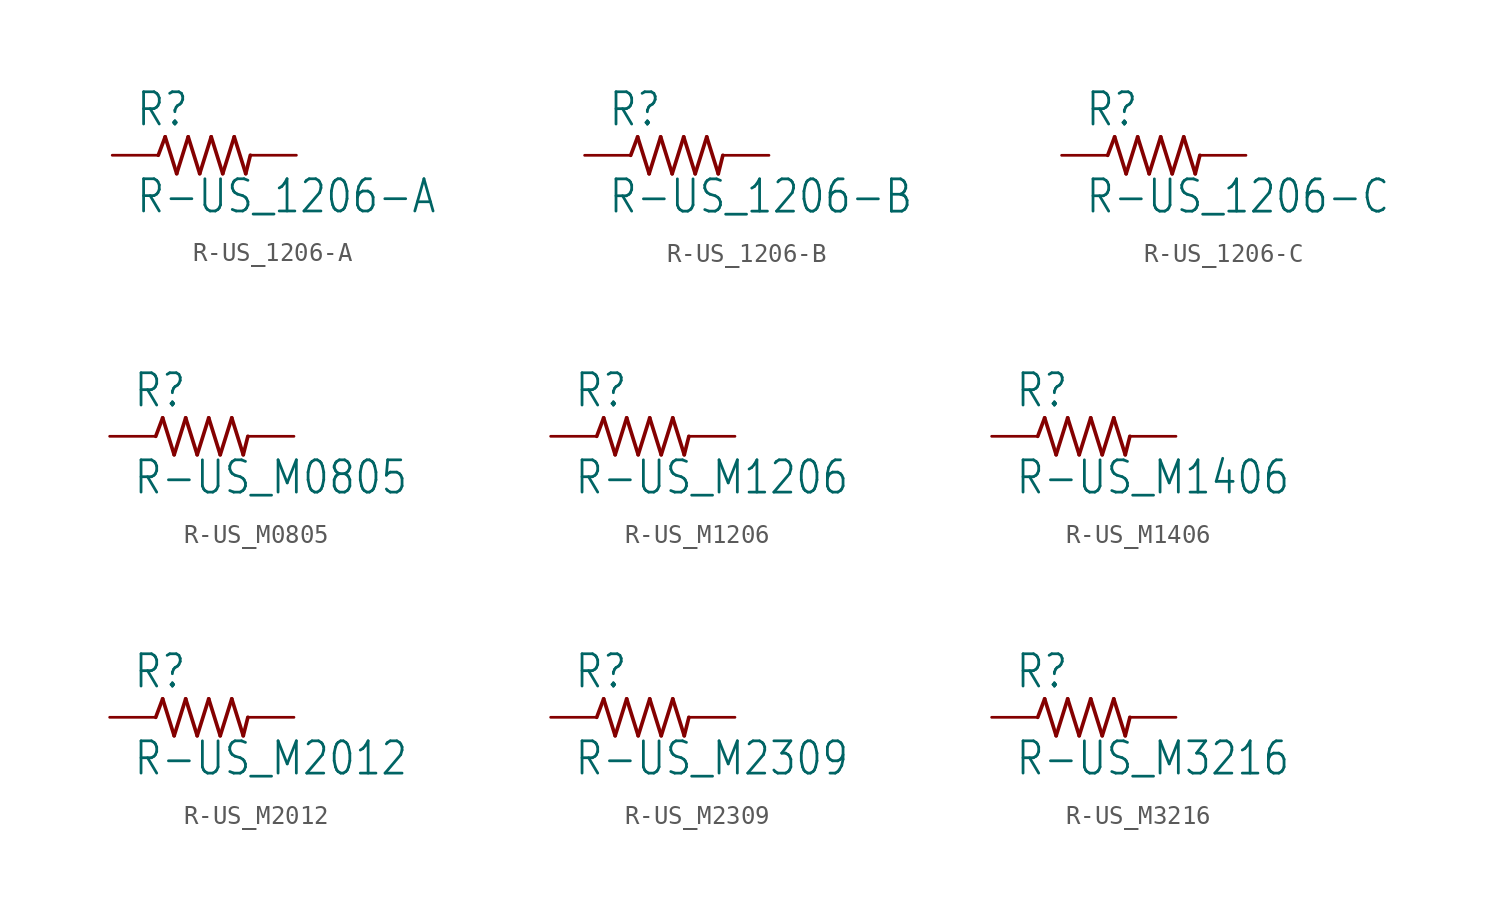
<source format=kicad_sym>
(kicad_symbol_lib
  (version 20210619)
  (generator kicad_symbol_editor)
  (symbol "R-US_1206-A"
    (property "Reference" "R"
      (at -3.81 1.499 0)
      (effects (font (size 1.778 1.511)) (justify left bottom)))
    (property "Value" "R-US_1206-A"
      (at -3.81 -3.302 0)
      (effects (font (size 1.778 1.511)) (justify left bottom)))
    (property "ki_locked" ""
      (at 0 0 0)
      (effects (font (size 1.27 1.27))))
    (symbol "R-US_1206-A_1_0"
      (polyline (pts (xy -2.54 0) (xy -2.159 1.016)) (stroke (width 0.203)) (fill (type none)))
      (polyline (pts (xy -2.159 1.016) (xy -1.524 -1.016)) (stroke (width 0.203)) (fill (type none)))
      (polyline (pts (xy -1.524 -1.016) (xy -0.889 1.016)) (stroke (width 0.203)) (fill (type none)))
      (polyline (pts (xy -0.889 1.016) (xy -0.254 -1.016)) (stroke (width 0.203)) (fill (type none)))
      (polyline (pts (xy -0.254 -1.016) (xy 0.381 1.016)) (stroke (width 0.203)) (fill (type none)))
      (polyline (pts (xy 0.381 1.016) (xy 1.016 -1.016)) (stroke (width 0.203)) (fill (type none)))
      (polyline (pts (xy 1.016 -1.016) (xy 1.651 1.016)) (stroke (width 0.203)) (fill (type none)))
      (polyline (pts (xy 1.651 1.016) (xy 2.286 -1.016)) (stroke (width 0.203)) (fill (type none)))
      (polyline (pts (xy 2.286 -1.016) (xy 2.54 0)) (stroke (width 0.203)) (fill (type none)))
      (pin passive line (at -5.08 0 0) (length 2.54) (name "1" (effects (font (size 0 0)))) (number "1" (effects (font (size 0 0)))))
      (pin passive line (at 5.08 0 180) (length 2.54) (name "2" (effects (font (size 0 0)))) (number "2" (effects (font (size 0 0)))))))
  (symbol "R-US_1206-B"
    (property "Reference" "R"
      (at -3.81 1.499 0)
      (effects (font (size 1.778 1.511)) (justify left bottom)))
    (property "Value" "R-US_1206-B"
      (at -3.81 -3.302 0)
      (effects (font (size 1.778 1.511)) (justify left bottom)))
    (property "ki_locked" ""
      (at 0 0 0)
      (effects (font (size 1.27 1.27))))
    (symbol "R-US_1206-B_1_0"
      (polyline (pts (xy -2.54 0) (xy -2.159 1.016)) (stroke (width 0.203)) (fill (type none)))
      (polyline (pts (xy -2.159 1.016) (xy -1.524 -1.016)) (stroke (width 0.203)) (fill (type none)))
      (polyline (pts (xy -1.524 -1.016) (xy -0.889 1.016)) (stroke (width 0.203)) (fill (type none)))
      (polyline (pts (xy -0.889 1.016) (xy -0.254 -1.016)) (stroke (width 0.203)) (fill (type none)))
      (polyline (pts (xy -0.254 -1.016) (xy 0.381 1.016)) (stroke (width 0.203)) (fill (type none)))
      (polyline (pts (xy 0.381 1.016) (xy 1.016 -1.016)) (stroke (width 0.203)) (fill (type none)))
      (polyline (pts (xy 1.016 -1.016) (xy 1.651 1.016)) (stroke (width 0.203)) (fill (type none)))
      (polyline (pts (xy 1.651 1.016) (xy 2.286 -1.016)) (stroke (width 0.203)) (fill (type none)))
      (polyline (pts (xy 2.286 -1.016) (xy 2.54 0)) (stroke (width 0.203)) (fill (type none)))
      (pin passive line (at -5.08 0 0) (length 2.54) (name "1" (effects (font (size 0 0)))) (number "1" (effects (font (size 0 0)))))
      (pin passive line (at 5.08 0 180) (length 2.54) (name "2" (effects (font (size 0 0)))) (number "2" (effects (font (size 0 0)))))))
  (symbol "R-US_1206-C"
    (property "Reference" "R"
      (at -3.81 1.499 0)
      (effects (font (size 1.778 1.511)) (justify left bottom)))
    (property "Value" "R-US_1206-C"
      (at -3.81 -3.302 0)
      (effects (font (size 1.778 1.511)) (justify left bottom)))
    (property "ki_locked" ""
      (at 0 0 0)
      (effects (font (size 1.27 1.27))))
    (symbol "R-US_1206-C_1_0"
      (polyline (pts (xy -2.54 0) (xy -2.159 1.016)) (stroke (width 0.203)) (fill (type none)))
      (polyline (pts (xy -2.159 1.016) (xy -1.524 -1.016)) (stroke (width 0.203)) (fill (type none)))
      (polyline (pts (xy -1.524 -1.016) (xy -0.889 1.016)) (stroke (width 0.203)) (fill (type none)))
      (polyline (pts (xy -0.889 1.016) (xy -0.254 -1.016)) (stroke (width 0.203)) (fill (type none)))
      (polyline (pts (xy -0.254 -1.016) (xy 0.381 1.016)) (stroke (width 0.203)) (fill (type none)))
      (polyline (pts (xy 0.381 1.016) (xy 1.016 -1.016)) (stroke (width 0.203)) (fill (type none)))
      (polyline (pts (xy 1.016 -1.016) (xy 1.651 1.016)) (stroke (width 0.203)) (fill (type none)))
      (polyline (pts (xy 1.651 1.016) (xy 2.286 -1.016)) (stroke (width 0.203)) (fill (type none)))
      (polyline (pts (xy 2.286 -1.016) (xy 2.54 0)) (stroke (width 0.203)) (fill (type none)))
      (pin passive line (at -5.08 0 0) (length 2.54) (name "1" (effects (font (size 0 0)))) (number "1" (effects (font (size 0 0)))))
      (pin passive line (at 5.08 0 180) (length 2.54) (name "2" (effects (font (size 0 0)))) (number "2" (effects (font (size 0 0)))))))
  (symbol "R-US_M0805"
    (property "Reference" "R"
      (at -3.81 1.499 0)
      (effects (font (size 1.778 1.511)) (justify left bottom)))
    (property "Value" "R-US_M0805"
      (at -3.81 -3.302 0)
      (effects (font (size 1.778 1.511)) (justify left bottom)))
    (property "ki_locked" ""
      (at 0 0 0)
      (effects (font (size 1.27 1.27))))
    (symbol "R-US_M0805_1_0"
      (polyline (pts (xy -2.54 0) (xy -2.159 1.016)) (stroke (width 0.203)) (fill (type none)))
      (polyline (pts (xy -2.159 1.016) (xy -1.524 -1.016)) (stroke (width 0.203)) (fill (type none)))
      (polyline (pts (xy -1.524 -1.016) (xy -0.889 1.016)) (stroke (width 0.203)) (fill (type none)))
      (polyline (pts (xy -0.889 1.016) (xy -0.254 -1.016)) (stroke (width 0.203)) (fill (type none)))
      (polyline (pts (xy -0.254 -1.016) (xy 0.381 1.016)) (stroke (width 0.203)) (fill (type none)))
      (polyline (pts (xy 0.381 1.016) (xy 1.016 -1.016)) (stroke (width 0.203)) (fill (type none)))
      (polyline (pts (xy 1.016 -1.016) (xy 1.651 1.016)) (stroke (width 0.203)) (fill (type none)))
      (polyline (pts (xy 1.651 1.016) (xy 2.286 -1.016)) (stroke (width 0.203)) (fill (type none)))
      (polyline (pts (xy 2.286 -1.016) (xy 2.54 0)) (stroke (width 0.203)) (fill (type none)))
      (pin passive line (at -5.08 0 0) (length 2.54) (name "1" (effects (font (size 0 0)))) (number "1" (effects (font (size 0 0)))))
      (pin passive line (at 5.08 0 180) (length 2.54) (name "2" (effects (font (size 0 0)))) (number "2" (effects (font (size 0 0)))))))
  (symbol "R-US_M1206"
    (property "Reference" "R"
      (at -3.81 1.499 0)
      (effects (font (size 1.778 1.511)) (justify left bottom)))
    (property "Value" "R-US_M1206"
      (at -3.81 -3.302 0)
      (effects (font (size 1.778 1.511)) (justify left bottom)))
    (property "ki_locked" ""
      (at 0 0 0)
      (effects (font (size 1.27 1.27))))
    (symbol "R-US_M1206_1_0"
      (polyline (pts (xy -2.54 0) (xy -2.159 1.016)) (stroke (width 0.203)) (fill (type none)))
      (polyline (pts (xy -2.159 1.016) (xy -1.524 -1.016)) (stroke (width 0.203)) (fill (type none)))
      (polyline (pts (xy -1.524 -1.016) (xy -0.889 1.016)) (stroke (width 0.203)) (fill (type none)))
      (polyline (pts (xy -0.889 1.016) (xy -0.254 -1.016)) (stroke (width 0.203)) (fill (type none)))
      (polyline (pts (xy -0.254 -1.016) (xy 0.381 1.016)) (stroke (width 0.203)) (fill (type none)))
      (polyline (pts (xy 0.381 1.016) (xy 1.016 -1.016)) (stroke (width 0.203)) (fill (type none)))
      (polyline (pts (xy 1.016 -1.016) (xy 1.651 1.016)) (stroke (width 0.203)) (fill (type none)))
      (polyline (pts (xy 1.651 1.016) (xy 2.286 -1.016)) (stroke (width 0.203)) (fill (type none)))
      (polyline (pts (xy 2.286 -1.016) (xy 2.54 0)) (stroke (width 0.203)) (fill (type none)))
      (pin passive line (at -5.08 0 0) (length 2.54) (name "1" (effects (font (size 0 0)))) (number "1" (effects (font (size 0 0)))))
      (pin passive line (at 5.08 0 180) (length 2.54) (name "2" (effects (font (size 0 0)))) (number "2" (effects (font (size 0 0)))))))
  (symbol "R-US_M1406"
    (property "Reference" "R"
      (at -3.81 1.499 0)
      (effects (font (size 1.778 1.511)) (justify left bottom)))
    (property "Value" "R-US_M1406"
      (at -3.81 -3.302 0)
      (effects (font (size 1.778 1.511)) (justify left bottom)))
    (property "ki_locked" ""
      (at 0 0 0)
      (effects (font (size 1.27 1.27))))
    (symbol "R-US_M1406_1_0"
      (polyline (pts (xy -2.54 0) (xy -2.159 1.016)) (stroke (width 0.203)) (fill (type none)))
      (polyline (pts (xy -2.159 1.016) (xy -1.524 -1.016)) (stroke (width 0.203)) (fill (type none)))
      (polyline (pts (xy -1.524 -1.016) (xy -0.889 1.016)) (stroke (width 0.203)) (fill (type none)))
      (polyline (pts (xy -0.889 1.016) (xy -0.254 -1.016)) (stroke (width 0.203)) (fill (type none)))
      (polyline (pts (xy -0.254 -1.016) (xy 0.381 1.016)) (stroke (width 0.203)) (fill (type none)))
      (polyline (pts (xy 0.381 1.016) (xy 1.016 -1.016)) (stroke (width 0.203)) (fill (type none)))
      (polyline (pts (xy 1.016 -1.016) (xy 1.651 1.016)) (stroke (width 0.203)) (fill (type none)))
      (polyline (pts (xy 1.651 1.016) (xy 2.286 -1.016)) (stroke (width 0.203)) (fill (type none)))
      (polyline (pts (xy 2.286 -1.016) (xy 2.54 0)) (stroke (width 0.203)) (fill (type none)))
      (pin passive line (at -5.08 0 0) (length 2.54) (name "1" (effects (font (size 0 0)))) (number "1" (effects (font (size 0 0)))))
      (pin passive line (at 5.08 0 180) (length 2.54) (name "2" (effects (font (size 0 0)))) (number "2" (effects (font (size 0 0)))))))
  (symbol "R-US_M2012"
    (property "Reference" "R"
      (at -3.81 1.499 0)
      (effects (font (size 1.778 1.511)) (justify left bottom)))
    (property "Value" "R-US_M2012"
      (at -3.81 -3.302 0)
      (effects (font (size 1.778 1.511)) (justify left bottom)))
    (property "ki_locked" ""
      (at 0 0 0)
      (effects (font (size 1.27 1.27))))
    (symbol "R-US_M2012_1_0"
      (polyline (pts (xy -2.54 0) (xy -2.159 1.016)) (stroke (width 0.203)) (fill (type none)))
      (polyline (pts (xy -2.159 1.016) (xy -1.524 -1.016)) (stroke (width 0.203)) (fill (type none)))
      (polyline (pts (xy -1.524 -1.016) (xy -0.889 1.016)) (stroke (width 0.203)) (fill (type none)))
      (polyline (pts (xy -0.889 1.016) (xy -0.254 -1.016)) (stroke (width 0.203)) (fill (type none)))
      (polyline (pts (xy -0.254 -1.016) (xy 0.381 1.016)) (stroke (width 0.203)) (fill (type none)))
      (polyline (pts (xy 0.381 1.016) (xy 1.016 -1.016)) (stroke (width 0.203)) (fill (type none)))
      (polyline (pts (xy 1.016 -1.016) (xy 1.651 1.016)) (stroke (width 0.203)) (fill (type none)))
      (polyline (pts (xy 1.651 1.016) (xy 2.286 -1.016)) (stroke (width 0.203)) (fill (type none)))
      (polyline (pts (xy 2.286 -1.016) (xy 2.54 0)) (stroke (width 0.203)) (fill (type none)))
      (pin passive line (at -5.08 0 0) (length 2.54) (name "1" (effects (font (size 0 0)))) (number "1" (effects (font (size 0 0)))))
      (pin passive line (at 5.08 0 180) (length 2.54) (name "2" (effects (font (size 0 0)))) (number "2" (effects (font (size 0 0)))))))
  (symbol "R-US_M2309"
    (property "Reference" "R"
      (at -3.81 1.499 0)
      (effects (font (size 1.778 1.511)) (justify left bottom)))
    (property "Value" "R-US_M2309"
      (at -3.81 -3.302 0)
      (effects (font (size 1.778 1.511)) (justify left bottom)))
    (property "ki_locked" ""
      (at 0 0 0)
      (effects (font (size 1.27 1.27))))
    (symbol "R-US_M2309_1_0"
      (polyline (pts (xy -2.54 0) (xy -2.159 1.016)) (stroke (width 0.203)) (fill (type none)))
      (polyline (pts (xy -2.159 1.016) (xy -1.524 -1.016)) (stroke (width 0.203)) (fill (type none)))
      (polyline (pts (xy -1.524 -1.016) (xy -0.889 1.016)) (stroke (width 0.203)) (fill (type none)))
      (polyline (pts (xy -0.889 1.016) (xy -0.254 -1.016)) (stroke (width 0.203)) (fill (type none)))
      (polyline (pts (xy -0.254 -1.016) (xy 0.381 1.016)) (stroke (width 0.203)) (fill (type none)))
      (polyline (pts (xy 0.381 1.016) (xy 1.016 -1.016)) (stroke (width 0.203)) (fill (type none)))
      (polyline (pts (xy 1.016 -1.016) (xy 1.651 1.016)) (stroke (width 0.203)) (fill (type none)))
      (polyline (pts (xy 1.651 1.016) (xy 2.286 -1.016)) (stroke (width 0.203)) (fill (type none)))
      (polyline (pts (xy 2.286 -1.016) (xy 2.54 0)) (stroke (width 0.203)) (fill (type none)))
      (pin passive line (at -5.08 0 0) (length 2.54) (name "1" (effects (font (size 0 0)))) (number "1" (effects (font (size 0 0)))))
      (pin passive line (at 5.08 0 180) (length 2.54) (name "2" (effects (font (size 0 0)))) (number "2" (effects (font (size 0 0)))))))
  (symbol "R-US_M3216"
    (property "Reference" "R"
      (at -3.81 1.499 0)
      (effects (font (size 1.778 1.511)) (justify left bottom)))
    (property "Value" "R-US_M3216"
      (at -3.81 -3.302 0)
      (effects (font (size 1.778 1.511)) (justify left bottom)))
    (property "ki_locked" ""
      (at 0 0 0)
      (effects (font (size 1.27 1.27))))
    (symbol "R-US_M3216_1_0"
      (polyline (pts (xy -2.54 0) (xy -2.159 1.016)) (stroke (width 0.203)) (fill (type none)))
      (polyline (pts (xy -2.159 1.016) (xy -1.524 -1.016)) (stroke (width 0.203)) (fill (type none)))
      (polyline (pts (xy -1.524 -1.016) (xy -0.889 1.016)) (stroke (width 0.203)) (fill (type none)))
      (polyline (pts (xy -0.889 1.016) (xy -0.254 -1.016)) (stroke (width 0.203)) (fill (type none)))
      (polyline (pts (xy -0.254 -1.016) (xy 0.381 1.016)) (stroke (width 0.203)) (fill (type none)))
      (polyline (pts (xy 0.381 1.016) (xy 1.016 -1.016)) (stroke (width 0.203)) (fill (type none)))
      (polyline (pts (xy 1.016 -1.016) (xy 1.651 1.016)) (stroke (width 0.203)) (fill (type none)))
      (polyline (pts (xy 1.651 1.016) (xy 2.286 -1.016)) (stroke (width 0.203)) (fill (type none)))
      (polyline (pts (xy 2.286 -1.016) (xy 2.54 0)) (stroke (width 0.203)) (fill (type none)))
      (pin passive line (at -5.08 0 0) (length 2.54) (name "1" (effects (font (size 0 0)))) (number "1" (effects (font (size 0 0)))))
      (pin passive line (at 5.08 0 180) (length 2.54) (name "2" (effects (font (size 0 0)))) (number "2" (effects (font (size 0 0))))))))
</source>
